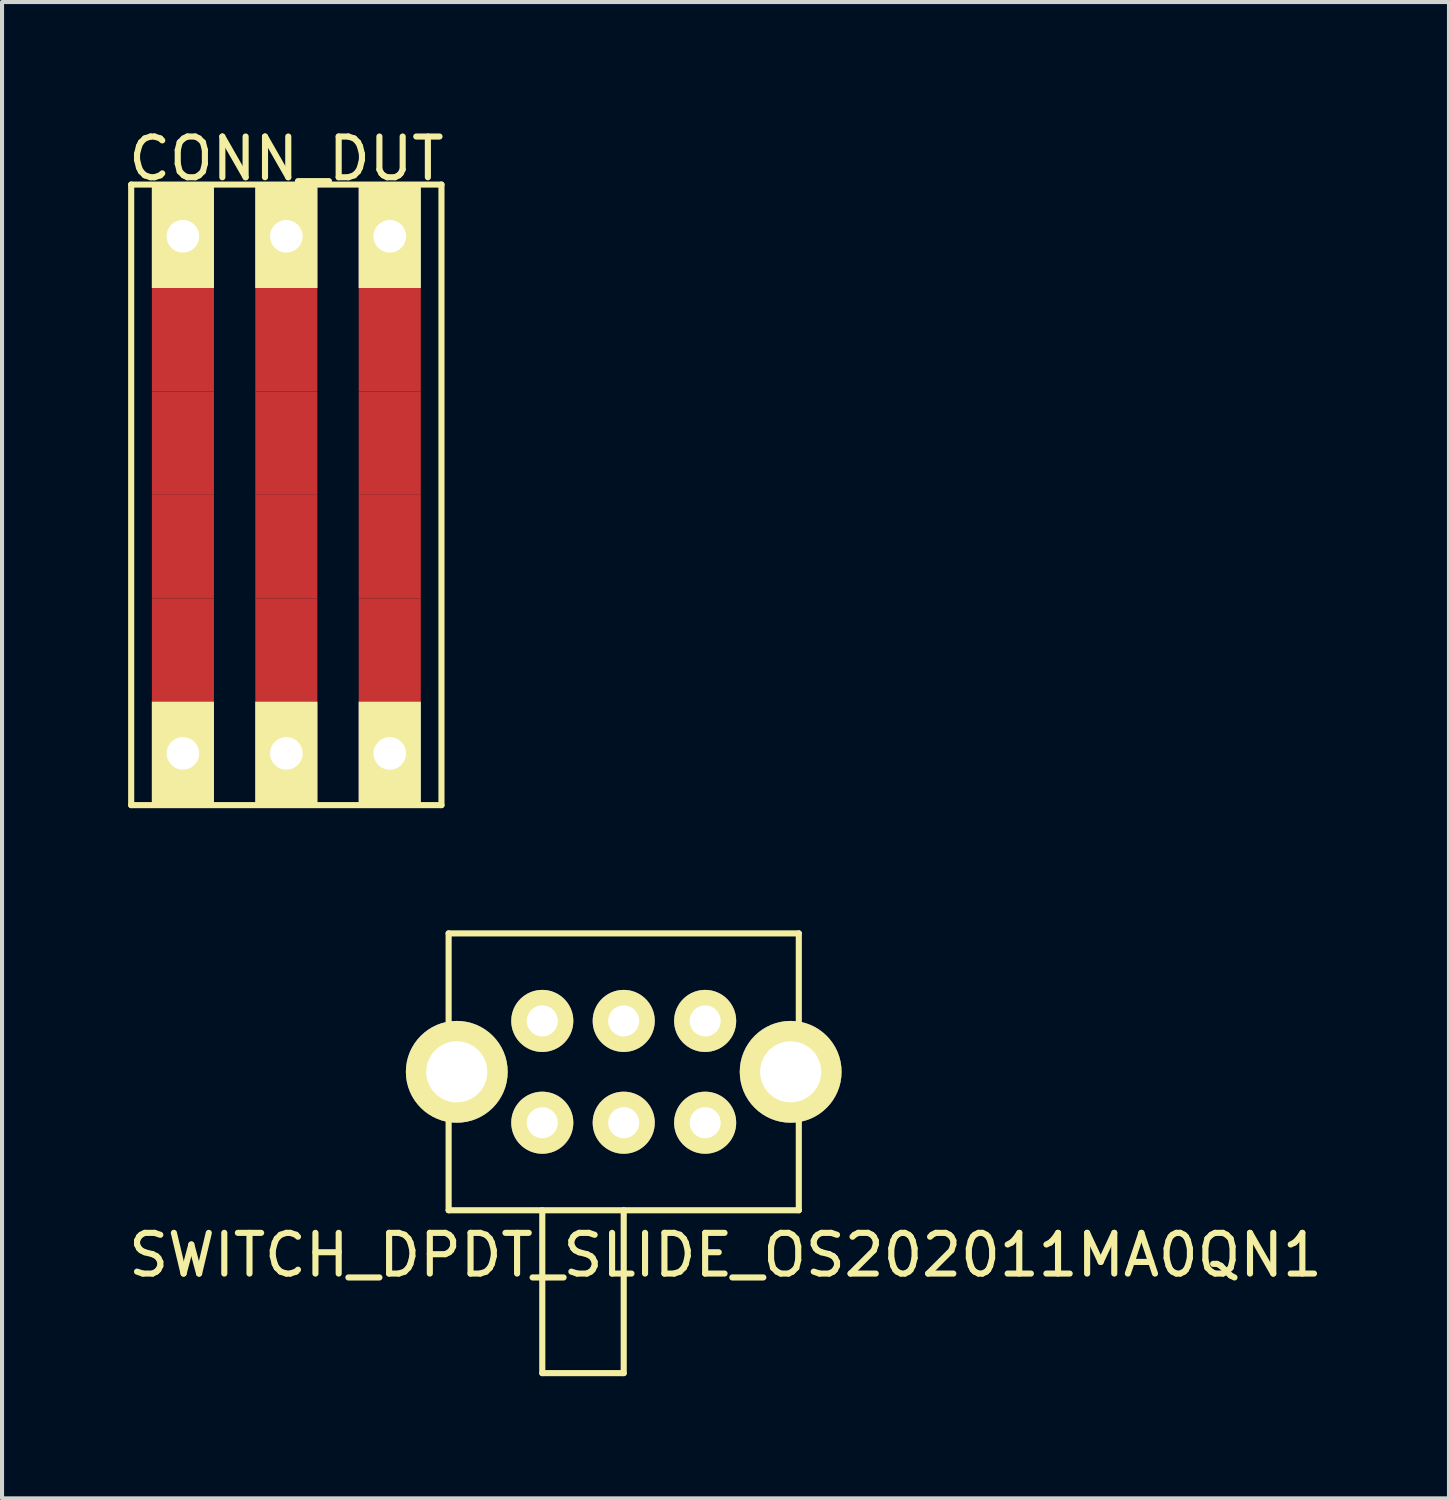
<source format=kicad_pcb>
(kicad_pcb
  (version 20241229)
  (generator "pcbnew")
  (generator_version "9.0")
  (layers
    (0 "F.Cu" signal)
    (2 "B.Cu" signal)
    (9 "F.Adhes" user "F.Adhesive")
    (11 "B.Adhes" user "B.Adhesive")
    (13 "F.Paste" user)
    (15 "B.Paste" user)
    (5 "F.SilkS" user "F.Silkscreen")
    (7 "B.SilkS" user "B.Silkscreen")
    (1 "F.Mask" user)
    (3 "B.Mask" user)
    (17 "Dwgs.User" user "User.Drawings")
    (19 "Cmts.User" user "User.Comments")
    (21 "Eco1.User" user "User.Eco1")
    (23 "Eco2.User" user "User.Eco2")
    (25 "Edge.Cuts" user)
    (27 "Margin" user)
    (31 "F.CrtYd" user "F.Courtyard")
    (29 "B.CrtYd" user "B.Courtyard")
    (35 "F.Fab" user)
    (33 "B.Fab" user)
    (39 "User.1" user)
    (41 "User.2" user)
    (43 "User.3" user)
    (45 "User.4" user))
  (footprint "SWITCH_DPDT_SLIDE_OS202011MA0QN1"
    (layer "F.Cu")
    (at 12.268 23.273)
    (property "Reference" "SWITCH_DPDT_SLIDE_OS202011MA0QN1" (at 2.5 4.5 0) (layer "F.SilkS") (effects (font (size 1 1) (thickness 0.15))))
    (attr through_hole)
    (fp_line (start -4.3 -3.4) (end 4.3 -3.4) (stroke (width 0.15) (type solid)) (layer "F.SilkS"))
    (fp_line (start -4.3 3.4) (end -4.3 -3.4) (stroke (width 0.15) (type solid)) (layer "F.SilkS"))
    (fp_line (start -2 7.4) (end -2 3.4) (stroke (width 0.15) (type solid)) (layer "F.SilkS"))
    (fp_line (start 0 3.4) (end 0 7.4) (stroke (width 0.15) (type solid)) (layer "F.SilkS"))
    (fp_line (start 0 7.4) (end -2 7.4) (stroke (width 0.15) (type solid)) (layer "F.SilkS"))
    (fp_line (start 4.3 -3.4) (end 4.3 3.4) (stroke (width 0.15) (type solid)) (layer "F.SilkS"))
    (fp_line (start 4.3 3.4) (end -4.3 3.4) (stroke (width 0.15) (type solid)) (layer "F.SilkS"))
    (pad "1" thru_hole circle (at 0 -1.25) (size 1.524 1.524) (drill 0.762) (layers "*.Cu" "*.Mask" "F.SilkS"))
    (pad "2" thru_hole circle (at -2 -1.25) (size 1.524 1.524) (drill 0.762) (layers "*.Cu" "*.Mask" "F.SilkS"))
    (pad "3" thru_hole circle (at 2 -1.25) (size 1.524 1.524) (drill 0.762) (layers "*.Cu" "*.Mask" "F.SilkS"))
    (pad "4" thru_hole circle (at 0 1.25) (size 1.524 1.524) (drill 0.762) (layers "*.Cu" "*.Mask" "F.SilkS"))
    (pad "5" thru_hole circle (at -2 1.25) (size 1.524 1.524) (drill 0.762) (layers "*.Cu" "*.Mask" "F.SilkS"))
    (pad "6" thru_hole circle (at 2 1.25) (size 1.524 1.524) (drill 0.762) (layers "*.Cu" "*.Mask" "F.SilkS"))
    (pad "7" thru_hole circle (at -4.1 0) (size 2.5 2.5) (drill 1.5) (layers "*.Cu" "*.Mask" "F.SilkS"))
    (pad "8" thru_hole circle (at 4.1 0) (size 2.5 2.5) (drill 1.5) (layers "*.Cu" "*.Mask" "F.SilkS")))
  (footprint "CONN_DUT"
    (layer "F.Cu")
    (at 3.982 2.753)
    (property "Reference" "CONN_DUT" (at 0 -1.905 0) (layer "F.SilkS") (effects (font (size 1 1) (thickness 0.15))))
    (attr through_hole)
    (fp_line (start -3.81 -1.27) (end -3.81 13.97) (stroke (width 0.15) (type solid)) (layer "F.SilkS"))
    (fp_line (start -3.81 13.97) (end 3.81 13.97) (stroke (width 0.15) (type solid)) (layer "F.SilkS"))
    (fp_line (start 3.81 -1.27) (end -3.81 -1.27) (stroke (width 0.15) (type solid)) (layer "F.SilkS"))
    (fp_line (start 3.81 13.97) (end 3.81 -1.27) (stroke (width 0.15) (type solid)) (layer "F.SilkS"))
    (pad "1" thru_hole rect (at -2.54 0) (size 1.524 2.54) (drill 0.8) (layers "*.Cu" "*.Mask" "F.SilkS"))
    (pad "1" smd rect (at -2.54 2.54) (size 1.524 2.54) (layers "F.Cu" "F.Mask" "F.Paste"))
    (pad "1" smd rect (at -2.54 5.08) (size 1.524 2.54) (layers "F.Cu" "F.Mask" "F.Paste"))
    (pad "1" smd rect (at -2.54 7.62) (size 1.524 2.54) (layers "F.Cu" "F.Mask" "F.Paste"))
    (pad "1" smd rect (at -2.54 10.16) (size 1.524 2.54) (layers "F.Cu" "F.Mask" "F.Paste"))
    (pad "1" thru_hole rect (at -2.54 12.7) (size 1.524 2.54) (drill 0.8) (layers "*.Cu" "*.Mask" "F.SilkS"))
    (pad "2" thru_hole rect (at 0 0) (size 1.524 2.54) (drill 0.8) (layers "*.Cu" "*.Mask" "F.SilkS"))
    (pad "2" smd rect (at 0 2.54) (size 1.524 2.54) (layers "F.Cu" "F.Mask" "F.Paste"))
    (pad "2" smd rect (at 0 5.08) (size 1.524 2.54) (layers "F.Cu" "F.Mask" "F.Paste"))
    (pad "2" smd rect (at 0 7.62) (size 1.524 2.54) (layers "F.Cu" "F.Mask" "F.Paste"))
    (pad "2" smd rect (at 0 10.16) (size 1.524 2.54) (layers "F.Cu" "F.Mask" "F.Paste"))
    (pad "2" thru_hole rect (at 0 12.7) (size 1.524 2.54) (drill 0.8) (layers "*.Cu" "*.Mask" "F.SilkS"))
    (pad "3" thru_hole rect (at 2.54 0) (size 1.524 2.54) (drill 0.8) (layers "*.Cu" "*.Mask" "F.SilkS"))
    (pad "3" smd rect (at 2.54 2.54) (size 1.524 2.54) (layers "F.Cu" "F.Mask" "F.Paste"))
    (pad "3" smd rect (at 2.54 5.08) (size 1.524 2.54) (layers "F.Cu" "F.Mask" "F.Paste"))
    (pad "3" smd rect (at 2.54 7.62) (size 1.524 2.54) (layers "F.Cu" "F.Mask" "F.Paste"))
    (pad "3" smd rect (at 2.54 10.16) (size 1.524 2.54) (layers "F.Cu" "F.Mask" "F.Paste"))
    (pad "3" thru_hole rect (at 2.54 12.7) (size 1.524 2.54) (drill 0.8) (layers "*.Cu" "*.Mask" "F.SilkS")))
  (gr_rect
    (start -3 -3)
    (end 32.536 33.748)
    (stroke (width 0.1) (type default))
    (fill no)
    (layer "Edge.Cuts")))
</source>
